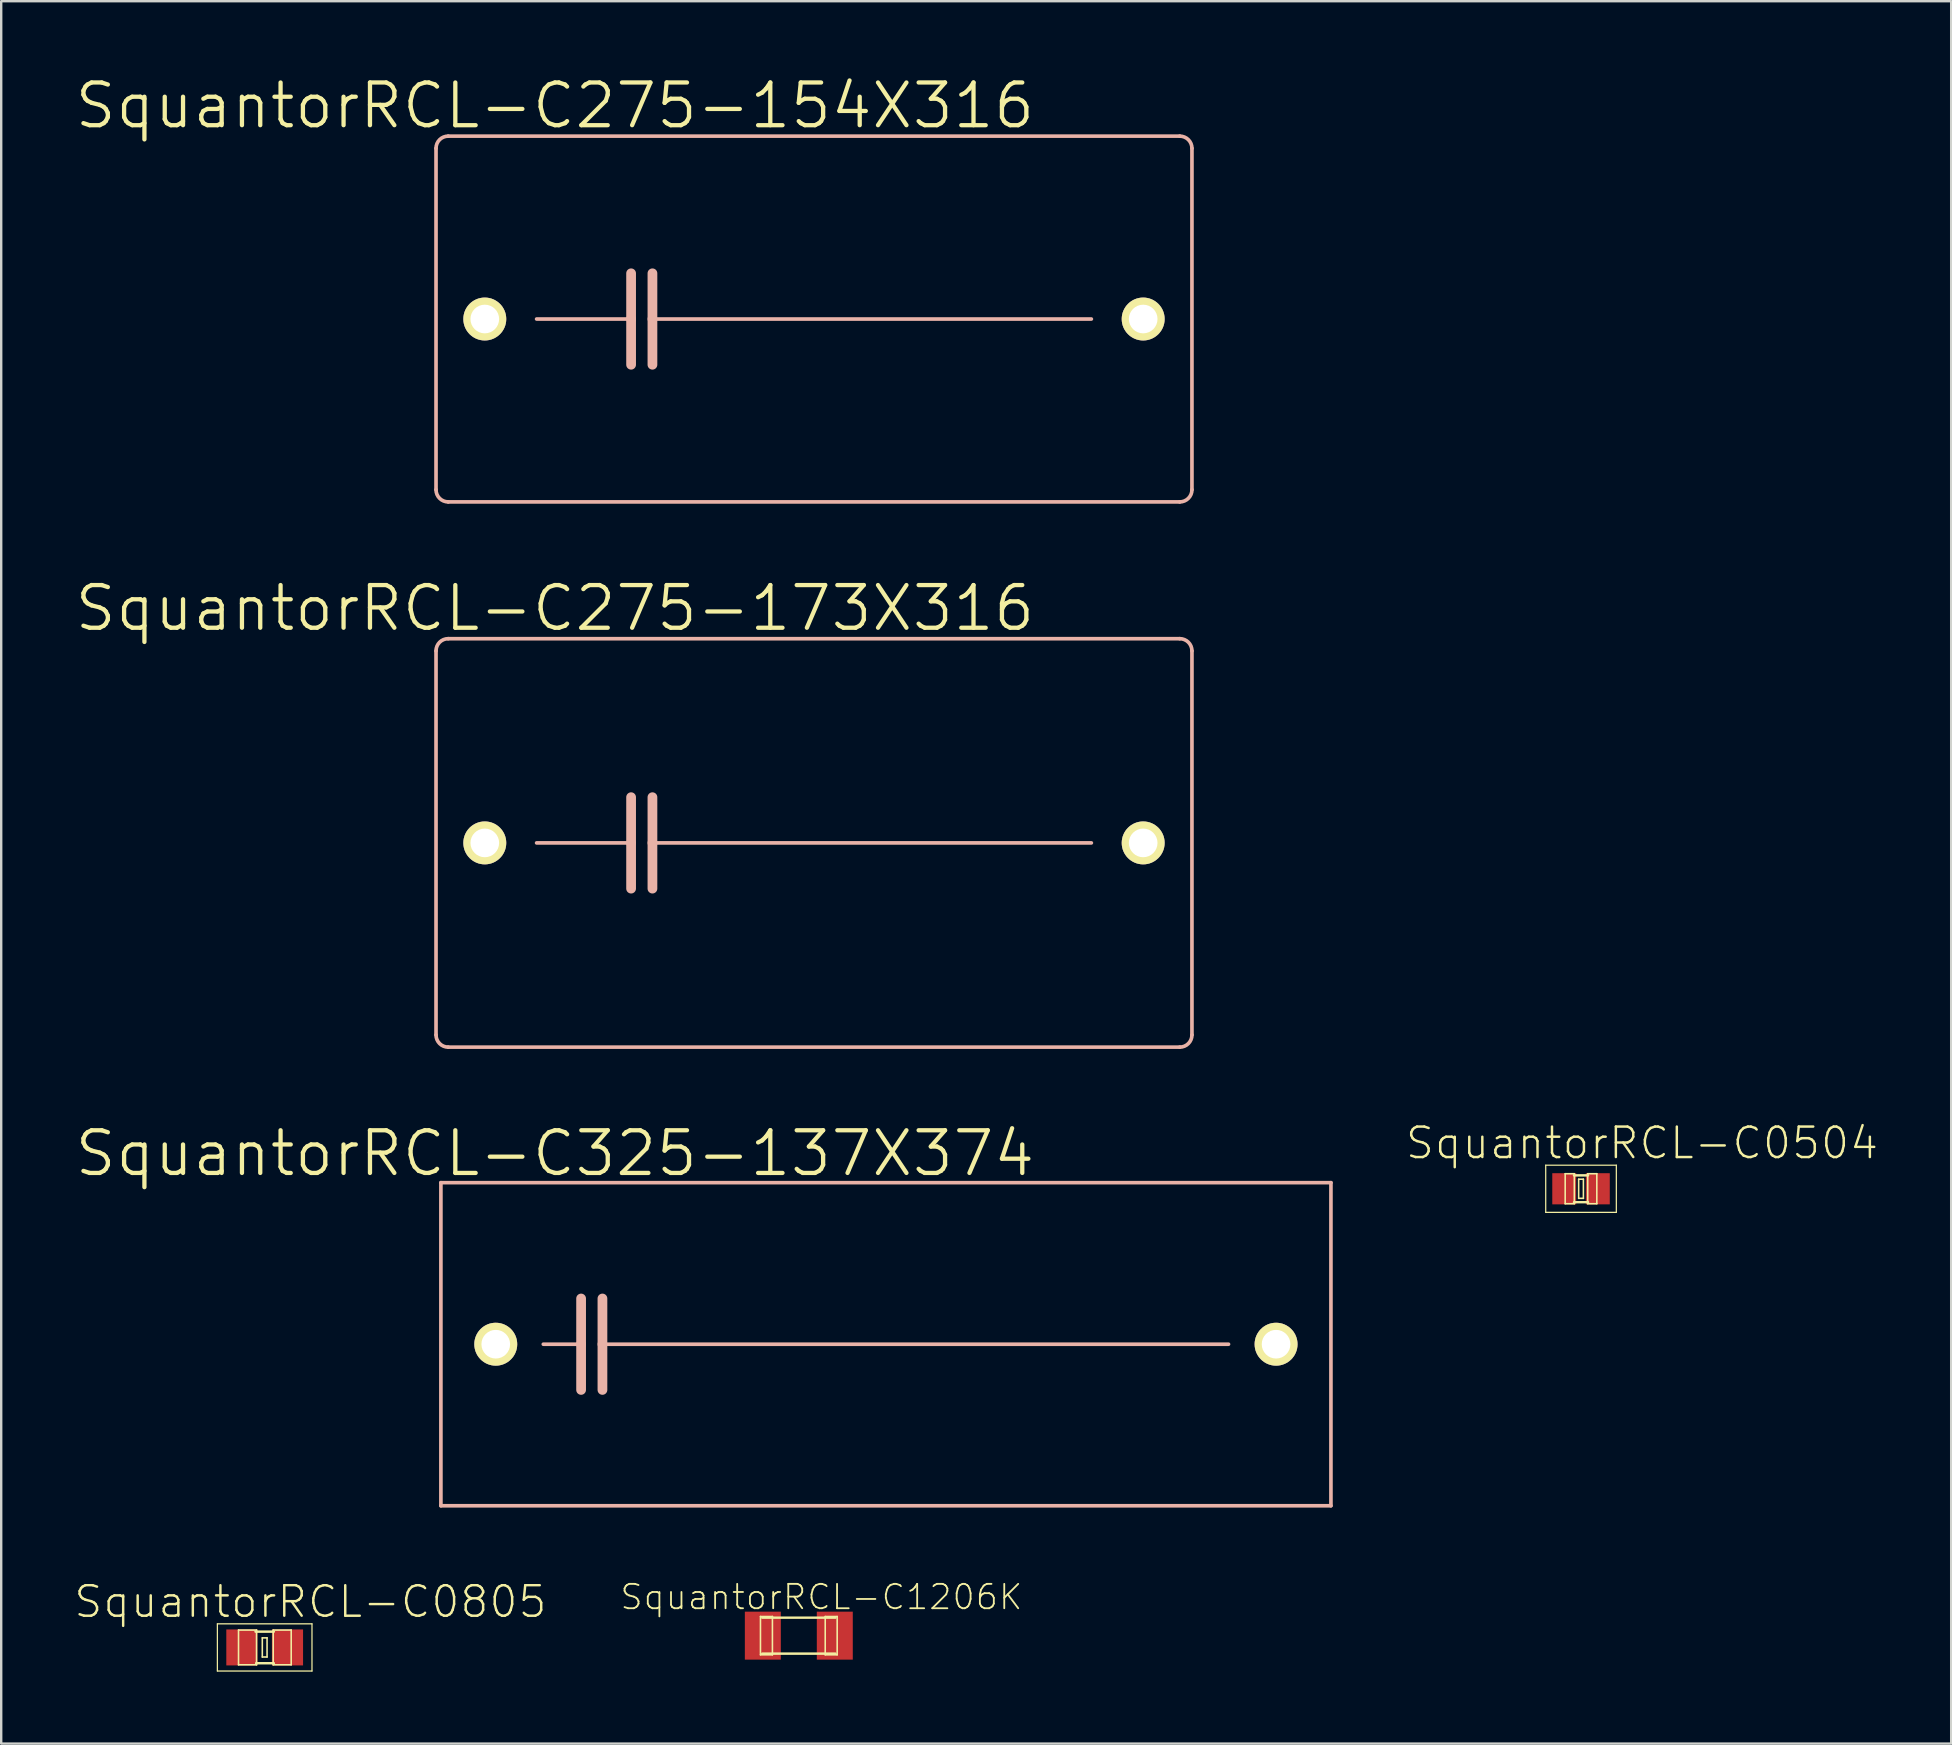
<source format=kicad_pcb>
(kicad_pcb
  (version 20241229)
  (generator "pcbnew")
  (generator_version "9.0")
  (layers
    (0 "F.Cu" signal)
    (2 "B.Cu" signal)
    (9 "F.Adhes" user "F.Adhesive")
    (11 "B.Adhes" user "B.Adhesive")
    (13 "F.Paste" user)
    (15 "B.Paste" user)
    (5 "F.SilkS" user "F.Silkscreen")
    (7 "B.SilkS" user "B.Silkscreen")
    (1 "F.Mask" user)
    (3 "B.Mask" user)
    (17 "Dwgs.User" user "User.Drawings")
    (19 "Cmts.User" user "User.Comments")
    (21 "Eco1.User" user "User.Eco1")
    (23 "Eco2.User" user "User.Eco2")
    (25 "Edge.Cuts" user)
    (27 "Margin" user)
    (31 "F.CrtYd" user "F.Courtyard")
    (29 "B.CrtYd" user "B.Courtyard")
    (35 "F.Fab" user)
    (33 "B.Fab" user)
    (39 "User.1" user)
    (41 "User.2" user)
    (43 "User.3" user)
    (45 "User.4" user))
  (footprint "SquantorRCL-C1206K"
    (layer "F.Cu")
    (at 30.233 65.1)
    (property "Reference" "SquantorRCL-C1206K" (at 0.94 -1.608 0) (layer "F.SilkS") (effects (font (size 1.016 1.016) (thickness 0.076))))
    (attr smd)
    (fp_line (start -1.598 -0.798) (end -1.1 -0.798) (stroke (width 0.066) (type solid)) (layer "F.SilkS"))
    (fp_line (start -1.598 0.798) (end -1.598 -0.798) (stroke (width 0.066) (type solid)) (layer "F.SilkS"))
    (fp_line (start -1.598 0.798) (end -1.1 0.798) (stroke (width 0.066) (type solid)) (layer "F.SilkS"))
    (fp_line (start -1.524 -0.749) (end 1.524 -0.749) (stroke (width 0.102) (type solid)) (layer "F.SilkS"))
    (fp_line (start -1.1 0.798) (end -1.1 -0.798) (stroke (width 0.066) (type solid)) (layer "F.SilkS"))
    (fp_line (start 1.1 -0.798) (end 1.598 -0.798) (stroke (width 0.066) (type solid)) (layer "F.SilkS"))
    (fp_line (start 1.1 0.798) (end 1.1 -0.798) (stroke (width 0.066) (type solid)) (layer "F.SilkS"))
    (fp_line (start 1.1 0.798) (end 1.598 0.798) (stroke (width 0.066) (type solid)) (layer "F.SilkS"))
    (fp_line (start 1.524 0.749) (end -1.524 0.749) (stroke (width 0.102) (type solid)) (layer "F.SilkS"))
    (fp_line (start 1.598 0.798) (end 1.598 -0.798) (stroke (width 0.066) (type solid)) (layer "F.SilkS"))
    (pad "1" smd rect (at -1.499 0) (size 1.499 1.999) (layers "F.Cu" "F.Mask" "F.Paste"))
    (pad "2" smd rect (at 1.499 0) (size 1.499 1.999) (layers "F.Cu" "F.Mask" "F.Paste")))
  (footprint "SquantorRCL-C0805"
    (layer "F.Cu")
    (at 7.978 65.591)
    (property "Reference" "SquantorRCL-C0805" (at 1.905 -1.905 0) (layer "F.SilkS") (effects (font (size 1.27 1.27) (thickness 0.102))))
    (attr smd)
    (fp_line (start -1.971 -0.983) (end 1.971 -0.983) (stroke (width 0.051) (type solid)) (layer "F.SilkS"))
    (fp_line (start -1.971 0.983) (end -1.971 -0.983) (stroke (width 0.051) (type solid)) (layer "F.SilkS"))
    (fp_line (start -1.09 -0.724) (end -0.34 -0.724) (stroke (width 0.066) (type solid)) (layer "F.SilkS"))
    (fp_line (start -1.09 0.724) (end -1.09 -0.724) (stroke (width 0.066) (type solid)) (layer "F.SilkS"))
    (fp_line (start -1.09 0.724) (end -0.34 0.724) (stroke (width 0.066) (type solid)) (layer "F.SilkS"))
    (fp_line (start -0.381 -0.658) (end 0.381 -0.658) (stroke (width 0.102) (type solid)) (layer "F.SilkS"))
    (fp_line (start -0.356 0.658) (end 0.381 0.658) (stroke (width 0.102) (type solid)) (layer "F.SilkS"))
    (fp_line (start -0.34 0.724) (end -0.34 -0.724) (stroke (width 0.066) (type solid)) (layer "F.SilkS"))
    (fp_line (start -0.099 -0.399) (end 0.099 -0.399) (stroke (width 0.066) (type solid)) (layer "F.SilkS"))
    (fp_line (start -0.099 0.399) (end -0.099 -0.399) (stroke (width 0.066) (type solid)) (layer "F.SilkS"))
    (fp_line (start -0.099 0.399) (end 0.099 0.399) (stroke (width 0.066) (type solid)) (layer "F.SilkS"))
    (fp_line (start 0.099 0.399) (end 0.099 -0.399) (stroke (width 0.066) (type solid)) (layer "F.SilkS"))
    (fp_line (start 0.356 -0.724) (end 1.105 -0.724) (stroke (width 0.066) (type solid)) (layer "F.SilkS"))
    (fp_line (start 0.356 0.724) (end 0.356 -0.724) (stroke (width 0.066) (type solid)) (layer "F.SilkS"))
    (fp_line (start 0.356 0.724) (end 1.105 0.724) (stroke (width 0.066) (type solid)) (layer "F.SilkS"))
    (fp_line (start 1.105 0.724) (end 1.105 -0.724) (stroke (width 0.066) (type solid)) (layer "F.SilkS"))
    (fp_line (start 1.971 -0.983) (end 1.971 0.983) (stroke (width 0.051) (type solid)) (layer "F.SilkS"))
    (fp_line (start 1.971 0.983) (end -1.971 0.983) (stroke (width 0.051) (type solid)) (layer "F.SilkS"))
    (pad "1" smd rect (at -0.95 0) (size 1.298 1.499) (layers "F.Cu" "F.Mask" "F.Paste"))
    (pad "2" smd rect (at 0.95 0) (size 1.298 1.499) (layers "F.Cu" "F.Mask" "F.Paste")))
  (footprint "SquantorRCL-C275-154X316"
    (layer "F.Cu")
    (at 30.865 10.242)
    (property "Reference" "SquantorRCL-C275-154X316" (at -10.795 -8.89 0) (layer "F.SilkS") (effects (font (size 1.778 1.778) (thickness 0.178))))
    (attr exclude_from_pos_files exclude_from_bom)
    (fp_line (start -15.748 7.112) (end -15.748 -7.112) (stroke (width 0.152) (type solid)) (layer "B.SilkS"))
    (fp_line (start -15.24 -7.62) (end 15.24 -7.62) (stroke (width 0.152) (type solid)) (layer "B.SilkS"))
    (fp_line (start -11.557 0) (end -7.62 0) (stroke (width 0.152) (type solid)) (layer "B.SilkS"))
    (fp_line (start -7.62 -1.905) (end -7.62 0) (stroke (width 0.406) (type solid)) (layer "B.SilkS"))
    (fp_line (start -7.62 0) (end -7.62 1.905) (stroke (width 0.406) (type solid)) (layer "B.SilkS"))
    (fp_line (start -6.731 -1.905) (end -6.731 0) (stroke (width 0.406) (type solid)) (layer "B.SilkS"))
    (fp_line (start -6.731 0) (end -6.731 1.905) (stroke (width 0.406) (type solid)) (layer "B.SilkS"))
    (fp_line (start -6.731 0) (end 11.557 0) (stroke (width 0.152) (type solid)) (layer "B.SilkS"))
    (fp_line (start 15.24 7.62) (end -15.24 7.62) (stroke (width 0.152) (type solid)) (layer "B.SilkS"))
    (fp_line (start 15.748 -7.112) (end 15.748 7.112) (stroke (width 0.152) (type solid)) (layer "B.SilkS"))
    (fp_arc (start -15.748 -7.112) (mid -15.59921 -7.47121) (end -15.24 -7.62) (stroke (width 0.1524) (type solid)) (layer "B.SilkS"))
    (fp_arc (start -15.24 7.62) (mid -15.59921 7.47121) (end -15.748 7.112) (stroke (width 0.1524) (type solid)) (layer "B.SilkS"))
    (fp_arc (start 15.24 -7.62) (mid 15.59921 -7.47121) (end 15.748 -7.112) (stroke (width 0.1524) (type solid)) (layer "B.SilkS"))
    (fp_arc (start 15.748 7.112) (mid 15.59921 7.47121) (end 15.24 7.62) (stroke (width 0.1524) (type solid)) (layer "B.SilkS"))
    (pad "1" thru_hole circle (at -13.716 0) (size 1.788 1.788) (drill 1.194) (layers "*.Cu" "F.Mask" "F.SilkS" "F.Paste"))
    (pad "2" thru_hole circle (at 13.716 0) (size 1.788 1.788) (drill 1.194) (layers "*.Cu" "F.Mask" "F.SilkS" "F.Paste")))
  (footprint "SquantorRCL-C275-173X316"
    (layer "F.Cu")
    (at 30.865 32.07)
    (property "Reference" "SquantorRCL-C275-173X316" (at -10.795 -9.779 0) (layer "F.SilkS") (effects (font (size 1.778 1.778) (thickness 0.178))))
    (attr exclude_from_pos_files exclude_from_bom)
    (fp_line (start -15.748 8.001) (end -15.748 -8.001) (stroke (width 0.152) (type solid)) (layer "B.SilkS"))
    (fp_line (start -15.24 -8.509) (end 15.24 -8.509) (stroke (width 0.152) (type solid)) (layer "B.SilkS"))
    (fp_line (start -11.557 0) (end -7.62 0) (stroke (width 0.152) (type solid)) (layer "B.SilkS"))
    (fp_line (start -7.62 -1.905) (end -7.62 0) (stroke (width 0.406) (type solid)) (layer "B.SilkS"))
    (fp_line (start -7.62 0) (end -7.62 1.905) (stroke (width 0.406) (type solid)) (layer "B.SilkS"))
    (fp_line (start -6.731 -1.905) (end -6.731 0) (stroke (width 0.406) (type solid)) (layer "B.SilkS"))
    (fp_line (start -6.731 0) (end -6.731 1.905) (stroke (width 0.406) (type solid)) (layer "B.SilkS"))
    (fp_line (start -6.731 0) (end 11.557 0) (stroke (width 0.152) (type solid)) (layer "B.SilkS"))
    (fp_line (start 15.24 8.509) (end -15.24 8.509) (stroke (width 0.152) (type solid)) (layer "B.SilkS"))
    (fp_line (start 15.748 -8.001) (end 15.748 8.001) (stroke (width 0.152) (type solid)) (layer "B.SilkS"))
    (fp_arc (start -15.748 -8.001) (mid -15.59921 -8.36021) (end -15.24 -8.509) (stroke (width 0.1524) (type solid)) (layer "B.SilkS"))
    (fp_arc (start -15.24 8.509) (mid -15.59921 8.36021) (end -15.748 8.001) (stroke (width 0.1524) (type solid)) (layer "B.SilkS"))
    (fp_arc (start 15.24 -8.509) (mid 15.59921 -8.36021) (end 15.748 -8.001) (stroke (width 0.1524) (type solid)) (layer "B.SilkS"))
    (fp_arc (start 15.748 8.001) (mid 15.59921 8.36021) (end 15.24 8.509) (stroke (width 0.1524) (type solid)) (layer "B.SilkS"))
    (pad "1" thru_hole circle (at -13.716 0) (size 1.788 1.788) (drill 1.194) (layers "*.Cu" "F.Mask" "F.SilkS" "F.Paste"))
    (pad "2" thru_hole circle (at 13.716 0) (size 1.788 1.788) (drill 1.194) (layers "*.Cu" "F.Mask" "F.SilkS" "F.Paste")))
  (footprint "SquantorRCL-C325-137X374"
    (layer "F.Cu")
    (at 33.862 52.957)
    (property "Reference" "SquantorRCL-C325-137X374" (at -13.792 -7.95 0) (layer "F.SilkS") (effects (font (size 1.778 1.778) (thickness 0.178))))
    (attr exclude_from_pos_files exclude_from_bom)
    (fp_line (start -18.542 -6.731) (end -18.542 6.731) (stroke (width 0.152) (type solid)) (layer "B.SilkS"))
    (fp_line (start -18.542 6.731) (end 18.542 6.731) (stroke (width 0.152) (type solid)) (layer "B.SilkS"))
    (fp_line (start -14.275 0) (end -12.7 0) (stroke (width 0.152) (type solid)) (layer "B.SilkS"))
    (fp_line (start -12.7 -1.905) (end -12.7 0) (stroke (width 0.406) (type solid)) (layer "B.SilkS"))
    (fp_line (start -12.7 0) (end -12.7 1.905) (stroke (width 0.406) (type solid)) (layer "B.SilkS"))
    (fp_line (start -11.811 -1.905) (end -11.811 0) (stroke (width 0.406) (type solid)) (layer "B.SilkS"))
    (fp_line (start -11.811 0) (end -11.811 1.905) (stroke (width 0.406) (type solid)) (layer "B.SilkS"))
    (fp_line (start -11.811 0) (end 14.275 0) (stroke (width 0.152) (type solid)) (layer "B.SilkS"))
    (fp_line (start 18.542 -6.731) (end -18.542 -6.731) (stroke (width 0.152) (type solid)) (layer "B.SilkS"))
    (fp_line (start 18.542 -6.731) (end 18.542 6.731) (stroke (width 0.152) (type solid)) (layer "B.SilkS"))
    (pad "1" thru_hole circle (at -16.256 0) (size 1.788 1.788) (drill 1.194) (layers "*.Cu" "F.Mask" "F.SilkS" "F.Paste"))
    (pad "2" thru_hole circle (at 16.256 0) (size 1.788 1.788) (drill 1.194) (layers "*.Cu" "F.Mask" "F.SilkS" "F.Paste")))
  (footprint "SquantorRCL-C0504"
    (layer "F.Cu")
    (at 62.824 46.481)
    (property "Reference" "SquantorRCL-C0504" (at 2.54 -1.905 0) (layer "F.SilkS") (effects (font (size 1.27 1.27) (thickness 0.102))))
    (attr smd)
    (fp_line (start -1.471 -0.983) (end 1.471 -0.983) (stroke (width 0.051) (type solid)) (layer "F.SilkS"))
    (fp_line (start -1.471 0.983) (end -1.471 -0.983) (stroke (width 0.051) (type solid)) (layer "F.SilkS"))
    (fp_line (start -0.66 -0.627) (end -0.279 -0.627) (stroke (width 0.066) (type solid)) (layer "F.SilkS"))
    (fp_line (start -0.66 0.622) (end -0.66 -0.627) (stroke (width 0.066) (type solid)) (layer "F.SilkS"))
    (fp_line (start -0.66 0.622) (end -0.279 0.622) (stroke (width 0.066) (type solid)) (layer "F.SilkS"))
    (fp_line (start -0.292 -0.559) (end 0.292 -0.559) (stroke (width 0.102) (type solid)) (layer "F.SilkS"))
    (fp_line (start -0.292 0.559) (end 0.292 0.559) (stroke (width 0.102) (type solid)) (layer "F.SilkS"))
    (fp_line (start -0.279 0.622) (end -0.279 -0.627) (stroke (width 0.066) (type solid)) (layer "F.SilkS"))
    (fp_line (start -0.099 -0.399) (end 0.099 -0.399) (stroke (width 0.066) (type solid)) (layer "F.SilkS"))
    (fp_line (start -0.099 0.399) (end -0.099 -0.399) (stroke (width 0.066) (type solid)) (layer "F.SilkS"))
    (fp_line (start -0.099 0.399) (end 0.099 0.399) (stroke (width 0.066) (type solid)) (layer "F.SilkS"))
    (fp_line (start 0.099 0.399) (end 0.099 -0.399) (stroke (width 0.066) (type solid)) (layer "F.SilkS"))
    (fp_line (start 0.279 -0.627) (end 0.658 -0.627) (stroke (width 0.066) (type solid)) (layer "F.SilkS"))
    (fp_line (start 0.279 0.622) (end 0.279 -0.627) (stroke (width 0.066) (type solid)) (layer "F.SilkS"))
    (fp_line (start 0.279 0.622) (end 0.658 0.622) (stroke (width 0.066) (type solid)) (layer "F.SilkS"))
    (fp_line (start 0.658 0.622) (end 0.658 -0.627) (stroke (width 0.066) (type solid)) (layer "F.SilkS"))
    (fp_line (start 1.471 -0.983) (end 1.471 0.983) (stroke (width 0.051) (type solid)) (layer "F.SilkS"))
    (fp_line (start 1.471 0.983) (end -1.471 0.983) (stroke (width 0.051) (type solid)) (layer "F.SilkS"))
    (pad "1" smd rect (at -0.699 0) (size 0.998 1.298) (layers "F.Cu" "F.Mask" "F.Paste"))
    (pad "2" smd rect (at 0.699 0) (size 0.998 1.298) (layers "F.Cu" "F.Mask" "F.Paste")))
  (gr_rect
    (start -3 -3)
    (end 78.247 69.599)
    (stroke (width 0.1) (type default))
    (fill no)
    (layer "Edge.Cuts")))
</source>
